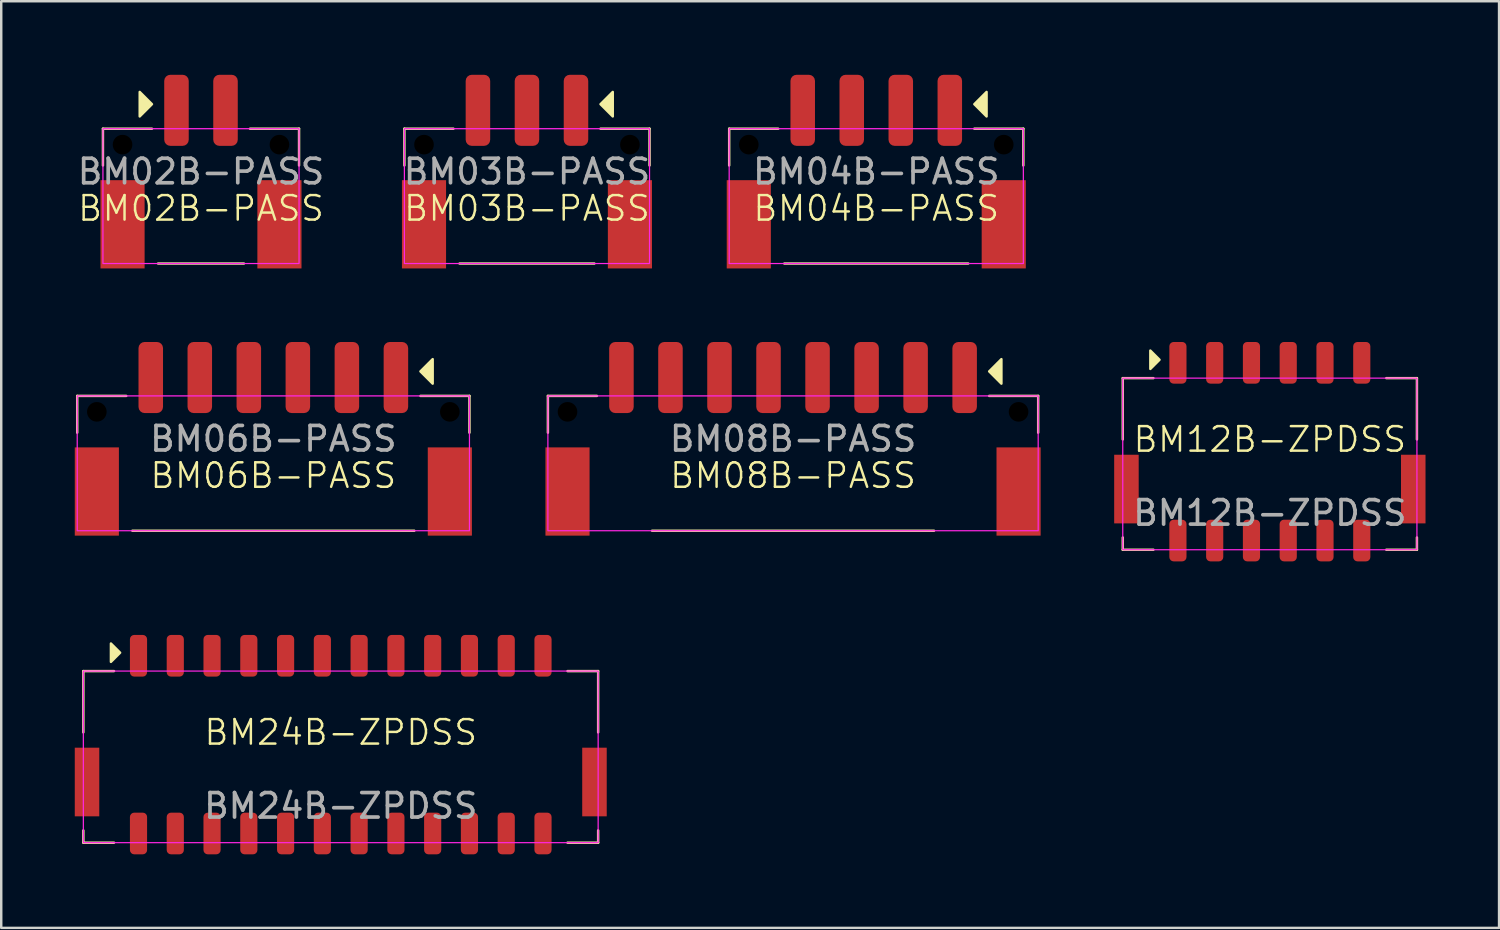
<source format=kicad_pcb>
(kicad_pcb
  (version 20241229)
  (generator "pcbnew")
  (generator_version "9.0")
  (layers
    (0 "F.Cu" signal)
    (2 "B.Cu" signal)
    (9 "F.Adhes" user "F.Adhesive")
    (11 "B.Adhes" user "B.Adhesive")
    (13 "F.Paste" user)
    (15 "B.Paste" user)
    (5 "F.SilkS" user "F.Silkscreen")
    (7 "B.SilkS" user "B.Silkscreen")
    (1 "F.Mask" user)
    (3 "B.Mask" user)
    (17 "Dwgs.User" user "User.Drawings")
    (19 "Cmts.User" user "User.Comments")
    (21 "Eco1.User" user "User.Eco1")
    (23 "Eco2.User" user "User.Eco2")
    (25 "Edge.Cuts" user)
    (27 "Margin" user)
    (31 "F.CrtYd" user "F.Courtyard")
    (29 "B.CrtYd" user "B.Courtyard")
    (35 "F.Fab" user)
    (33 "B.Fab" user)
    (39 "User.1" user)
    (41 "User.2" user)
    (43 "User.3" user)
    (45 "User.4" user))
  (footprint "BM04B-PASS"
    (layer "F.Cu")
    (at 32.695 1.45)
    (property "Reference" "BM04B-PASS" (at 0 4 0) (unlocked yes) (layer "F.SilkS") (effects (font (size 1 1) (thickness 0.1))))
    (attr smd)
    (fp_line (start -6 0.75) (end -4 0.75) (stroke (width 0.1) (type default)) (layer "F.SilkS"))
    (fp_line (start -6 2.25) (end -6 0.75) (stroke (width 0.1) (type default)) (layer "F.SilkS"))
    (fp_line (start -3.75 6.25) (end 3.75 6.25) (stroke (width 0.1) (type solid)) (layer "F.SilkS"))
    (fp_line (start 6 0.75) (end 4 0.75) (stroke (width 0.1) (type default)) (layer "F.SilkS"))
    (fp_line (start 6 2.25) (end 6 0.75) (stroke (width 0.1) (type default)) (layer "F.SilkS"))
    (fp_poly (pts (xy 4 -0.25) (xy 4.5 0.25) (xy 4.5 -0.75)) (stroke (width 0.1) (type solid)) (fill yes) (layer "F.SilkS"))
    (fp_rect (start -6 0.75) (end 6 6.25) (stroke (width 0.05) (type default)) (fill no) (layer "F.CrtYd"))
    (fp_text user "${REFERENCE}" (at 0 2.5 0) (unlocked yes) (layer "F.Fab") (effects (font (size 1 1) (thickness 0.15))))
    (pad "" np_thru_hole circle (at -5.2 1.4) (size 0.8 0.8) (drill 0.8) (layers "*.Mask"))
    (pad "" smd rect (at -5.2 4.65) (size 1.8 3.6) (layers "F.Cu" "F.Mask" "F.Paste"))
    (pad "" np_thru_hole circle (at 5.2 1.4) (size 0.8 0.8) (drill 0.8) (layers "*.Mask"))
    (pad "" smd rect (at 5.2 4.65) (size 1.8 3.6) (layers "F.Cu" "F.Mask" "F.Paste"))
    (pad "1" smd roundrect (at 3 0 180) (size 1 2.9) (layers "F.Cu" "F.Mask" "F.Paste") (roundrect_rratio 0.25))
    (pad "2" smd roundrect (at 1 0 180) (size 1 2.9) (layers "F.Cu" "F.Mask" "F.Paste") (roundrect_rratio 0.25))
    (pad "3" smd roundrect (at -1 0 180) (size 1 2.9) (layers "F.Cu" "F.Mask" "F.Paste") (roundrect_rratio 0.25))
    (pad "4" smd roundrect (at -3 0 180) (size 1 2.9) (layers "F.Cu" "F.Mask" "F.Paste") (roundrect_rratio 0.25)))
  (footprint "BM08B-PASS"
    (layer "F.Cu")
    (at 29.3 12.35)
    (property "Reference" "BM08B-PASS" (at 0 4 0) (unlocked yes) (layer "F.SilkS") (effects (font (size 1 1) (thickness 0.1))))
    (attr smd)
    (fp_line (start -10 0.75) (end -8 0.75) (stroke (width 0.1) (type default)) (layer "F.SilkS"))
    (fp_line (start -10 2.25) (end -10 0.75) (stroke (width 0.1) (type default)) (layer "F.SilkS"))
    (fp_line (start -5.75 6.25) (end 5.75 6.25) (stroke (width 0.1) (type default)) (layer "F.SilkS"))
    (fp_line (start 10 0.75) (end 8 0.75) (stroke (width 0.1) (type default)) (layer "F.SilkS"))
    (fp_line (start 10 2.25) (end 10 0.75) (stroke (width 0.1) (type default)) (layer "F.SilkS"))
    (fp_poly (pts (xy 8 -0.25) (xy 8.5 0.25) (xy 8.5 -0.75)) (stroke (width 0.1) (type solid)) (fill yes) (layer "F.SilkS"))
    (fp_rect (start -10 0.75) (end 10 6.25) (stroke (width 0.05) (type default)) (fill no) (layer "F.CrtYd"))
    (fp_text user "${REFERENCE}" (at 0 2.5 0) (unlocked yes) (layer "F.Fab") (effects (font (size 1 1) (thickness 0.15))))
    (pad "" np_thru_hole circle (at -9.2 1.4) (size 0.8 0.8) (drill 0.8) (layers "*.Mask"))
    (pad "" smd rect (at -9.2 4.65) (size 1.8 3.6) (layers "F.Cu" "F.Mask" "F.Paste"))
    (pad "" np_thru_hole circle (at 9.2 1.4) (size 0.8 0.8) (drill 0.8) (layers "*.Mask"))
    (pad "" smd rect (at 9.2 4.65) (size 1.8 3.6) (layers "F.Cu" "F.Mask" "F.Paste"))
    (pad "1" smd roundrect (at 7 0 180) (size 1 2.9) (layers "F.Cu" "F.Mask" "F.Paste") (roundrect_rratio 0.25))
    (pad "2" smd roundrect (at 5 0 180) (size 1 2.9) (layers "F.Cu" "F.Mask" "F.Paste") (roundrect_rratio 0.25))
    (pad "3" smd roundrect (at 3 0 180) (size 1 2.9) (layers "F.Cu" "F.Mask" "F.Paste") (roundrect_rratio 0.25))
    (pad "4" smd roundrect (at 1 0 180) (size 1 2.9) (layers "F.Cu" "F.Mask" "F.Paste") (roundrect_rratio 0.25))
    (pad "5" smd roundrect (at -1 0 180) (size 1 2.9) (layers "F.Cu" "F.Mask" "F.Paste") (roundrect_rratio 0.25))
    (pad "6" smd roundrect (at -3 0 180) (size 1 2.9) (layers "F.Cu" "F.Mask" "F.Paste") (roundrect_rratio 0.25))
    (pad "7" smd roundrect (at -5 0 180) (size 1 2.9) (layers "F.Cu" "F.Mask" "F.Paste") (roundrect_rratio 0.25))
    (pad "8" smd roundrect (at -7 0 180) (size 1 2.9) (layers "F.Cu" "F.Mask" "F.Paste") (roundrect_rratio 0.25)))
  (footprint "BM24B-ZPDSS"
    (layer "F.Cu")
    (at 10.85 27.325)
    (property "Reference" "BM24B-ZPDSS" (at 0 -0.5 0) (unlocked yes) (layer "F.SilkS") (effects (font (size 1 1) (thickness 0.1))))
    (attr smd)
    (fp_line (start -10.5 -3) (end -9.25 -3) (stroke (width 0.1) (type default)) (layer "F.SilkS"))
    (fp_line (start -10.5 -0.5) (end -10.5 -3) (stroke (width 0.1) (type default)) (layer "F.SilkS"))
    (fp_line (start -10.5 3.5) (end -10.5 4) (stroke (width 0.1) (type default)) (layer "F.SilkS"))
    (fp_line (start -10.5 4) (end -9.25 4) (stroke (width 0.1) (type default)) (layer "F.SilkS"))
    (fp_line (start 9.25 -3) (end 10.5 -3) (stroke (width 0.1) (type default)) (layer "F.SilkS"))
    (fp_line (start 9.25 4) (end 10.5 4) (stroke (width 0.1) (type default)) (layer "F.SilkS"))
    (fp_line (start 10.5 -3) (end 10.5 -0.5) (stroke (width 0.1) (type default)) (layer "F.SilkS"))
    (fp_line (start 10.5 4) (end 10.5 3.5) (stroke (width 0.1) (type default)) (layer "F.SilkS"))
    (fp_poly (pts (xy -9 -3.75) (xy -9.375 -4.125) (xy -9.375 -3.375)) (stroke (width 0.1) (type solid)) (fill yes) (layer "F.SilkS"))
    (fp_rect (start -10.5 -3) (end 10.5 4) (stroke (width 0.05) (type default)) (fill no) (layer "F.CrtYd"))
    (fp_text user "${REFERENCE}" (at 0 2.5 0) (unlocked yes) (layer "F.Fab") (effects (font (size 1 1) (thickness 0.15))))
    (pad "" smd rect (at -10.35 1.525) (size 1 2.8) (layers "F.Cu" "F.Mask" "F.Paste"))
    (pad "" smd rect (at 10.35 1.525) (size 1 2.8) (layers "F.Cu" "F.Mask" "F.Paste"))
    (pad "1" smd roundrect (at -8.25 -3.625) (size 0.7 1.7) (layers "F.Cu" "F.Mask" "F.Paste") (roundrect_rratio 0.25))
    (pad "2" smd roundrect (at -8.25 3.625) (size 0.7 1.7) (layers "F.Cu" "F.Mask" "F.Paste") (roundrect_rratio 0.25))
    (pad "3" smd roundrect (at -6.75 -3.625) (size 0.7 1.7) (layers "F.Cu" "F.Mask" "F.Paste") (roundrect_rratio 0.25))
    (pad "4" smd roundrect (at -6.75 3.625) (size 0.7 1.7) (layers "F.Cu" "F.Mask" "F.Paste") (roundrect_rratio 0.25))
    (pad "5" smd roundrect (at -5.25 -3.625) (size 0.7 1.7) (layers "F.Cu" "F.Mask" "F.Paste") (roundrect_rratio 0.25))
    (pad "6" smd roundrect (at -5.25 3.625) (size 0.7 1.7) (layers "F.Cu" "F.Mask" "F.Paste") (roundrect_rratio 0.25))
    (pad "7" smd roundrect (at -3.75 -3.625) (size 0.7 1.7) (layers "F.Cu" "F.Mask" "F.Paste") (roundrect_rratio 0.25))
    (pad "8" smd roundrect (at -3.75 3.625) (size 0.7 1.7) (layers "F.Cu" "F.Mask" "F.Paste") (roundrect_rratio 0.25))
    (pad "9" smd roundrect (at -2.25 -3.625) (size 0.7 1.7) (layers "F.Cu" "F.Mask" "F.Paste") (roundrect_rratio 0.25))
    (pad "10" smd roundrect (at -2.25 3.625) (size 0.7 1.7) (layers "F.Cu" "F.Mask" "F.Paste") (roundrect_rratio 0.25))
    (pad "11" smd roundrect (at -0.75 -3.625) (size 0.7 1.7) (layers "F.Cu" "F.Mask" "F.Paste") (roundrect_rratio 0.25))
    (pad "12" smd roundrect (at -0.75 3.625) (size 0.7 1.7) (layers "F.Cu" "F.Mask" "F.Paste") (roundrect_rratio 0.25))
    (pad "13" smd roundrect (at 0.75 -3.625) (size 0.7 1.7) (layers "F.Cu" "F.Mask" "F.Paste") (roundrect_rratio 0.25))
    (pad "14" smd roundrect (at 0.75 3.625) (size 0.7 1.7) (layers "F.Cu" "F.Mask" "F.Paste") (roundrect_rratio 0.25))
    (pad "15" smd roundrect (at 2.25 -3.625) (size 0.7 1.7) (layers "F.Cu" "F.Mask" "F.Paste") (roundrect_rratio 0.25))
    (pad "16" smd roundrect (at 2.25 3.625) (size 0.7 1.7) (layers "F.Cu" "F.Mask" "F.Paste") (roundrect_rratio 0.25))
    (pad "17" smd roundrect (at 3.75 -3.625) (size 0.7 1.7) (layers "F.Cu" "F.Mask" "F.Paste") (roundrect_rratio 0.25))
    (pad "18" smd roundrect (at 3.75 3.625) (size 0.7 1.7) (layers "F.Cu" "F.Mask" "F.Paste") (roundrect_rratio 0.25))
    (pad "19" smd roundrect (at 5.25 -3.625) (size 0.7 1.7) (layers "F.Cu" "F.Mask" "F.Paste") (roundrect_rratio 0.25))
    (pad "20" smd roundrect (at 5.25 3.625) (size 0.7 1.7) (layers "F.Cu" "F.Mask" "F.Paste") (roundrect_rratio 0.25))
    (pad "21" smd roundrect (at 6.75 -3.625) (size 0.7 1.7) (layers "F.Cu" "F.Mask" "F.Paste") (roundrect_rratio 0.25))
    (pad "22" smd roundrect (at 6.75 3.625) (size 0.7 1.7) (layers "F.Cu" "F.Mask" "F.Paste") (roundrect_rratio 0.25))
    (pad "23" smd roundrect (at 8.25 -3.625) (size 0.7 1.7) (layers "F.Cu" "F.Mask" "F.Paste") (roundrect_rratio 0.25))
    (pad "24" smd roundrect (at 8.25 3.625) (size 0.7 1.7) (layers "F.Cu" "F.Mask" "F.Paste") (roundrect_rratio 0.25)))
  (footprint "BM06B-PASS"
    (layer "F.Cu")
    (at 8.1 12.35)
    (property "Reference" "BM06B-PASS" (at 0 4 0) (unlocked yes) (layer "F.SilkS") (effects (font (size 1 1) (thickness 0.1))))
    (attr smd)
    (fp_line (start -8 0.75) (end -6 0.75) (stroke (width 0.1) (type default)) (layer "F.SilkS"))
    (fp_line (start -8 2.25) (end -8 0.75) (stroke (width 0.1) (type default)) (layer "F.SilkS"))
    (fp_line (start -5.75 6.25) (end 5.75 6.25) (stroke (width 0.1) (type default)) (layer "F.SilkS"))
    (fp_line (start 8 0.75) (end 6 0.75) (stroke (width 0.1) (type default)) (layer "F.SilkS"))
    (fp_line (start 8 2.25) (end 8 0.75) (stroke (width 0.1) (type default)) (layer "F.SilkS"))
    (fp_poly (pts (xy 6 -0.25) (xy 6.5 0.25) (xy 6.5 -0.75)) (stroke (width 0.1) (type solid)) (fill yes) (layer "F.SilkS"))
    (fp_rect (start -8 0.75) (end 8 6.25) (stroke (width 0.05) (type default)) (fill no) (layer "F.CrtYd"))
    (fp_text user "${REFERENCE}" (at 0 2.5 0) (unlocked yes) (layer "F.Fab") (effects (font (size 1 1) (thickness 0.15))))
    (pad "" np_thru_hole circle (at -7.2 1.4) (size 0.8 0.8) (drill 0.8) (layers "*.Mask"))
    (pad "" smd rect (at -7.2 4.65) (size 1.8 3.6) (layers "F.Cu" "F.Mask" "F.Paste"))
    (pad "" np_thru_hole circle (at 7.2 1.4) (size 0.8 0.8) (drill 0.8) (layers "*.Mask"))
    (pad "" smd rect (at 7.2 4.65) (size 1.8 3.6) (layers "F.Cu" "F.Mask" "F.Paste"))
    (pad "1" smd roundrect (at 5 0 180) (size 1 2.9) (layers "F.Cu" "F.Mask" "F.Paste") (roundrect_rratio 0.25))
    (pad "2" smd roundrect (at 3 0 180) (size 1 2.9) (layers "F.Cu" "F.Mask" "F.Paste") (roundrect_rratio 0.25))
    (pad "3" smd roundrect (at 1 0 180) (size 1 2.9) (layers "F.Cu" "F.Mask" "F.Paste") (roundrect_rratio 0.25))
    (pad "4" smd roundrect (at -1 0 180) (size 1 2.9) (layers "F.Cu" "F.Mask" "F.Paste") (roundrect_rratio 0.25))
    (pad "5" smd roundrect (at -3 0 180) (size 1 2.9) (layers "F.Cu" "F.Mask" "F.Paste") (roundrect_rratio 0.25))
    (pad "6" smd roundrect (at -5 0 180) (size 1 2.9) (layers "F.Cu" "F.Mask" "F.Paste") (roundrect_rratio 0.25)))
  (footprint "BM02B-PASS"
    (layer "F.Cu")
    (at 5.149 1.45)
    (property "Reference" "BM02B-PASS" (at 0 4 0) (unlocked yes) (layer "F.SilkS") (effects (font (size 1 1) (thickness 0.1))))
    (attr smd)
    (fp_line (start -4 0.75) (end -2 0.75) (stroke (width 0.1) (type default)) (layer "F.SilkS"))
    (fp_line (start -4 2.25) (end -4 0.75) (stroke (width 0.1) (type default)) (layer "F.SilkS"))
    (fp_line (start -1.75 6.25) (end 1.75 6.25) (stroke (width 0.1) (type solid)) (layer "F.SilkS"))
    (fp_line (start 4 0.75) (end 2 0.75) (stroke (width 0.1) (type default)) (layer "F.SilkS"))
    (fp_line (start 4 2.25) (end 4 0.75) (stroke (width 0.1) (type default)) (layer "F.SilkS"))
    (fp_poly (pts (xy -2 -0.25) (xy -2.5 -0.75) (xy -2.5 0.25)) (stroke (width 0.1) (type solid)) (fill yes) (layer "F.SilkS"))
    (fp_rect (start -4 0.75) (end 4 6.25) (stroke (width 0.05) (type default)) (fill no) (layer "F.CrtYd"))
    (fp_text user "${REFERENCE}" (at 0 2.5 0) (unlocked yes) (layer "F.Fab") (effects (font (size 1 1) (thickness 0.15))))
    (pad "" np_thru_hole circle (at -3.2 1.4) (size 0.8 0.8) (drill 0.8) (layers "*.Mask"))
    (pad "" smd rect (at -3.2 4.65) (size 1.8 3.6) (layers "F.Cu" "F.Mask" "F.Paste"))
    (pad "" np_thru_hole circle (at 3.2 1.4) (size 0.8 0.8) (drill 0.8) (layers "*.Mask"))
    (pad "" smd rect (at 3.2 4.65) (size 1.8 3.6) (layers "F.Cu" "F.Mask" "F.Paste"))
    (pad "1" smd roundrect (at -1 0) (size 1 2.9) (layers "F.Cu" "F.Mask" "F.Paste") (roundrect_rratio 0.25))
    (pad "2" smd roundrect (at 1 0) (size 1 2.9) (layers "F.Cu" "F.Mask" "F.Paste") (roundrect_rratio 0.25)))
  (footprint "BM03B-PASS"
    (layer "F.Cu")
    (at 18.446 1.45)
    (property "Reference" "BM03B-PASS" (at 0 4 0) (unlocked yes) (layer "F.SilkS") (effects (font (size 1 1) (thickness 0.1))))
    (attr smd)
    (fp_line (start -5 0.75) (end -3 0.75) (stroke (width 0.1) (type default)) (layer "F.SilkS"))
    (fp_line (start -5 2.25) (end -5 0.75) (stroke (width 0.1) (type default)) (layer "F.SilkS"))
    (fp_line (start -2.75 6.25) (end 2.75 6.25) (stroke (width 0.1) (type solid)) (layer "F.SilkS"))
    (fp_line (start 5 0.75) (end 3 0.75) (stroke (width 0.1) (type default)) (layer "F.SilkS"))
    (fp_line (start 5 2.25) (end 5 0.75) (stroke (width 0.1) (type default)) (layer "F.SilkS"))
    (fp_poly (pts (xy 3 -0.25) (xy 3.5 0.25) (xy 3.5 -0.75)) (stroke (width 0.1) (type solid)) (fill yes) (layer "F.SilkS"))
    (fp_rect (start -5 0.75) (end 5 6.25) (stroke (width 0.05) (type default)) (fill no) (layer "F.CrtYd"))
    (fp_text user "${REFERENCE}" (at 0 2.5 0) (unlocked yes) (layer "F.Fab") (effects (font (size 1 1) (thickness 0.15))))
    (pad "" np_thru_hole circle (at -4.2 1.4) (size 0.8 0.8) (drill 0.8) (layers "*.Mask"))
    (pad "" smd rect (at -4.2 4.65) (size 1.8 3.6) (layers "F.Cu" "F.Mask" "F.Paste"))
    (pad "" np_thru_hole circle (at 4.2 1.4) (size 0.8 0.8) (drill 0.8) (layers "*.Mask"))
    (pad "" smd rect (at 4.2 4.65) (size 1.8 3.6) (layers "F.Cu" "F.Mask" "F.Paste"))
    (pad "1" smd roundrect (at 2 0 180) (size 1 2.9) (layers "F.Cu" "F.Mask" "F.Paste") (roundrect_rratio 0.25))
    (pad "2" smd roundrect (at 0 0 180) (size 1 2.9) (layers "F.Cu" "F.Mask" "F.Paste") (roundrect_rratio 0.25))
    (pad "3" smd roundrect (at -2 0 180) (size 1 2.9) (layers "F.Cu" "F.Mask" "F.Paste") (roundrect_rratio 0.25)))
  (footprint "BM12B-ZPDSS"
    (layer "F.Cu")
    (at 48.75 15.375)
    (property "Reference" "BM12B-ZPDSS" (at 0 -0.5 0) (unlocked yes) (layer "F.SilkS") (effects (font (size 1 1) (thickness 0.1))))
    (attr smd)
    (fp_line (start -6 -3) (end -4.75 -3) (stroke (width 0.1) (type default)) (layer "F.SilkS"))
    (fp_line (start -6 -0.5) (end -6 -3) (stroke (width 0.1) (type default)) (layer "F.SilkS"))
    (fp_line (start -6 3.5) (end -6 4) (stroke (width 0.1) (type default)) (layer "F.SilkS"))
    (fp_line (start -6 4) (end -4.75 4) (stroke (width 0.1) (type default)) (layer "F.SilkS"))
    (fp_line (start 4.75 -3) (end 6 -3) (stroke (width 0.1) (type default)) (layer "F.SilkS"))
    (fp_line (start 4.75 4) (end 6 4) (stroke (width 0.1) (type default)) (layer "F.SilkS"))
    (fp_line (start 6 -3) (end 6 -0.5) (stroke (width 0.1) (type default)) (layer "F.SilkS"))
    (fp_line (start 6 4) (end 6 3.5) (stroke (width 0.1) (type default)) (layer "F.SilkS"))
    (fp_poly (pts (xy -4.5 -3.75) (xy -4.875 -4.125) (xy -4.875 -3.375)) (stroke (width 0.1) (type solid)) (fill yes) (layer "F.SilkS"))
    (fp_rect (start -6 -3) (end 6 4) (stroke (width 0.05) (type default)) (fill no) (layer "F.CrtYd"))
    (fp_text user "${REFERENCE}" (at 0 2.5 0) (unlocked yes) (layer "F.Fab") (effects (font (size 1 1) (thickness 0.15))))
    (pad "" smd rect (at -5.85 1.525) (size 1 2.8) (layers "F.Cu" "F.Mask" "F.Paste"))
    (pad "" smd rect (at 5.85 1.525) (size 1 2.8) (layers "F.Cu" "F.Mask" "F.Paste"))
    (pad "1" smd roundrect (at -3.75 -3.625) (size 0.7 1.7) (layers "F.Cu" "F.Mask" "F.Paste") (roundrect_rratio 0.25))
    (pad "2" smd roundrect (at -3.75 3.625) (size 0.7 1.7) (layers "F.Cu" "F.Mask" "F.Paste") (roundrect_rratio 0.25))
    (pad "3" smd roundrect (at -2.25 -3.625) (size 0.7 1.7) (layers "F.Cu" "F.Mask" "F.Paste") (roundrect_rratio 0.25))
    (pad "4" smd roundrect (at -2.25 3.625) (size 0.7 1.7) (layers "F.Cu" "F.Mask" "F.Paste") (roundrect_rratio 0.25))
    (pad "5" smd roundrect (at -0.75 -3.625) (size 0.7 1.7) (layers "F.Cu" "F.Mask" "F.Paste") (roundrect_rratio 0.25))
    (pad "6" smd roundrect (at -0.75 3.625) (size 0.7 1.7) (layers "F.Cu" "F.Mask" "F.Paste") (roundrect_rratio 0.25))
    (pad "7" smd roundrect (at 0.75 -3.625) (size 0.7 1.7) (layers "F.Cu" "F.Mask" "F.Paste") (roundrect_rratio 0.25))
    (pad "8" smd roundrect (at 0.75 3.625) (size 0.7 1.7) (layers "F.Cu" "F.Mask" "F.Paste") (roundrect_rratio 0.25))
    (pad "9" smd roundrect (at 2.25 -3.625) (size 0.7 1.7) (layers "F.Cu" "F.Mask" "F.Paste") (roundrect_rratio 0.25))
    (pad "10" smd roundrect (at 2.25 3.625) (size 0.7 1.7) (layers "F.Cu" "F.Mask" "F.Paste") (roundrect_rratio 0.25))
    (pad "11" smd roundrect (at 3.75 -3.625) (size 0.7 1.7) (layers "F.Cu" "F.Mask" "F.Paste") (roundrect_rratio 0.25))
    (pad "12" smd roundrect (at 3.75 3.625) (size 0.7 1.7) (layers "F.Cu" "F.Mask" "F.Paste") (roundrect_rratio 0.25)))
  (gr_rect
    (start -3 -3)
    (end 58.1 34.8)
    (stroke (width 0.1) (type default))
    (fill no)
    (layer "Edge.Cuts")))
</source>
